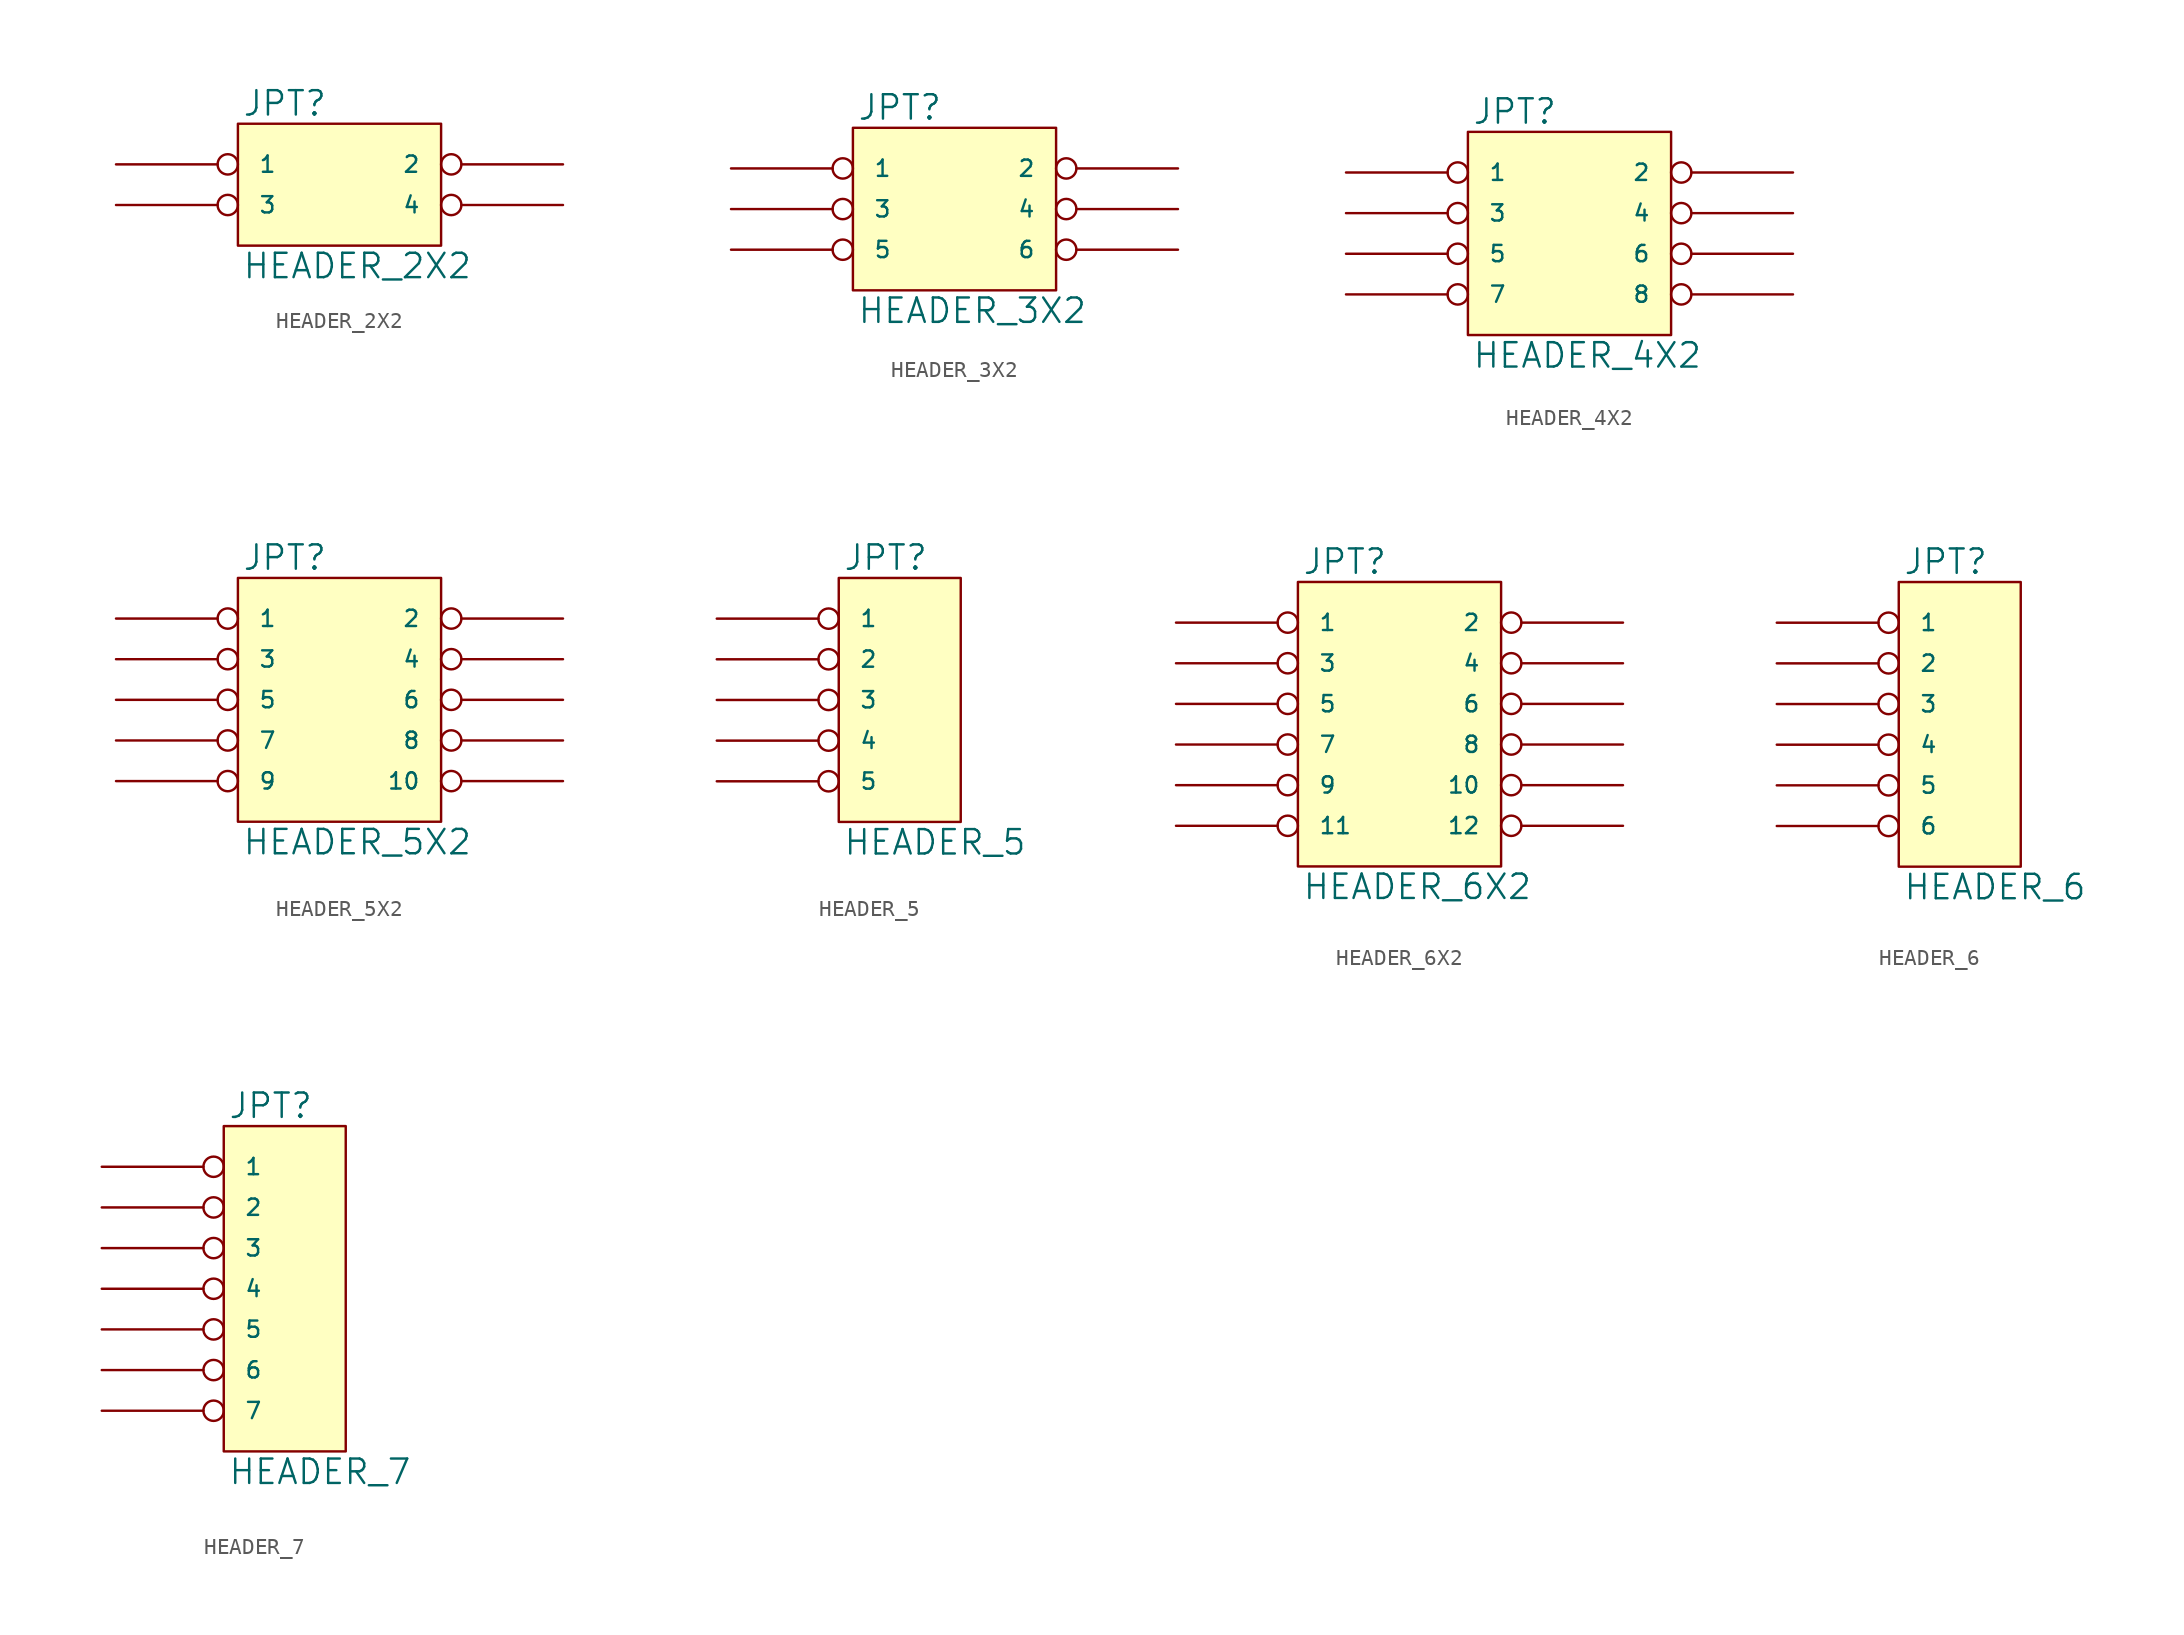
<source format=kicad_sym>
(kicad_symbol_lib
  (version 20231120)
  (generator "kicad_symbol_editor")
  (generator_version "8.0")
  (symbol "HEADER_2X2"
    (pin_names
      (offset 1.27))
    (property "Reference" "JPT"
      (at 0.254 0.381 0)
      (effects (font (size 1.524 1.524)) (justify left bottom)))
    (property "Value" "HEADER_2X2"
      (at 0.254 -8.001 0)
      (effects (font (size 1.524 1.524)) (justify left top)))
    (symbol "HEADER_2X2_0_1"
      (rectangle (start 0 0) (end 12.7 -7.62) (stroke (width 0) (type solid)) (fill (type background))))
    (symbol "HEADER_2X2_1_1"
      (pin passive inverted (at -7.62 -2.54 0) (length 7.62) (name "1" (effects (font (size 1.016 1.016)))) (number "~" (effects (font (size 1.27 1.27)))))
      (pin passive inverted (at 20.32 -2.54 180) (length 7.62) (name "2" (effects (font (size 1.016 1.016)))) (number "~" (effects (font (size 1.27 1.27)))))
      (pin passive inverted (at -7.62 -5.08 0) (length 7.62) (name "3" (effects (font (size 1.016 1.016)))) (number "~" (effects (font (size 1.27 1.27)))))
      (pin passive inverted (at 20.32 -5.08 180) (length 7.62) (name "4" (effects (font (size 1.016 1.016)))) (number "~" (effects (font (size 1.27 1.27)))))))
  (symbol "HEADER_3X2"
    (pin_names
      (offset 1.27))
    (property "Reference" "JPT"
      (at 0.254 0.381 0)
      (effects (font (size 1.524 1.524)) (justify left bottom)))
    (property "Value" "HEADER_3X2"
      (at 0.254 -10.541 0)
      (effects (font (size 1.524 1.524)) (justify left top)))
    (symbol "HEADER_3X2_0_1"
      (rectangle (start 0 0) (end 12.7 -10.16) (stroke (width 0) (type solid)) (fill (type background))))
    (symbol "HEADER_3X2_1_1"
      (pin passive inverted (at -7.62 -2.54 0) (length 7.62) (name "1" (effects (font (size 1.016 1.016)))) (number "~" (effects (font (size 1.27 1.27)))))
      (pin passive inverted (at 20.32 -2.54 180) (length 7.62) (name "2" (effects (font (size 1.016 1.016)))) (number "~" (effects (font (size 1.27 1.27)))))
      (pin passive inverted (at -7.62 -5.08 0) (length 7.62) (name "3" (effects (font (size 1.016 1.016)))) (number "~" (effects (font (size 1.27 1.27)))))
      (pin passive inverted (at 20.32 -5.08 180) (length 7.62) (name "4" (effects (font (size 1.016 1.016)))) (number "~" (effects (font (size 1.27 1.27)))))
      (pin passive inverted (at -7.62 -7.62 0) (length 7.62) (name "5" (effects (font (size 1.016 1.016)))) (number "~" (effects (font (size 1.27 1.27)))))
      (pin passive inverted (at 20.32 -7.62 180) (length 7.62) (name "6" (effects (font (size 1.016 1.016)))) (number "~" (effects (font (size 1.27 1.27)))))))
  (symbol "HEADER_4X2"
    (pin_names
      (offset 1.27))
    (property "Reference" "JPT"
      (at 0.254 0.381 0)
      (effects (font (size 1.524 1.524)) (justify left bottom)))
    (property "Value" "HEADER_4X2"
      (at 0.254 -13.081 0)
      (effects (font (size 1.524 1.524)) (justify left top)))
    (symbol "HEADER_4X2_0_1"
      (rectangle (start 0 0) (end 12.7 -12.7) (stroke (width 0) (type solid)) (fill (type background))))
    (symbol "HEADER_4X2_1_1"
      (pin passive inverted (at -7.62 -2.54 0) (length 7.62) (name "1" (effects (font (size 1.016 1.016)))) (number "~" (effects (font (size 1.27 1.27)))))
      (pin passive inverted (at 20.32 -2.54 180) (length 7.62) (name "2" (effects (font (size 1.016 1.016)))) (number "~" (effects (font (size 1.27 1.27)))))
      (pin passive inverted (at -7.62 -5.08 0) (length 7.62) (name "3" (effects (font (size 1.016 1.016)))) (number "~" (effects (font (size 1.27 1.27)))))
      (pin passive inverted (at 20.32 -5.08 180) (length 7.62) (name "4" (effects (font (size 1.016 1.016)))) (number "~" (effects (font (size 1.27 1.27)))))
      (pin passive inverted (at -7.62 -7.62 0) (length 7.62) (name "5" (effects (font (size 1.016 1.016)))) (number "~" (effects (font (size 1.27 1.27)))))
      (pin passive inverted (at 20.32 -7.62 180) (length 7.62) (name "6" (effects (font (size 1.016 1.016)))) (number "~" (effects (font (size 1.27 1.27)))))
      (pin passive inverted (at -7.62 -10.16 0) (length 7.62) (name "7" (effects (font (size 1.016 1.016)))) (number "~" (effects (font (size 1.27 1.27)))))
      (pin passive inverted (at 20.32 -10.16 180) (length 7.62) (name "8" (effects (font (size 1.016 1.016)))) (number "~" (effects (font (size 1.27 1.27)))))))
  (symbol "HEADER_5X2"
    (pin_names
      (offset 1.27))
    (property "Reference" "JPT"
      (at 0.254 0.381 0)
      (effects (font (size 1.524 1.524)) (justify left bottom)))
    (property "Value" "HEADER_5X2"
      (at 0.254 -15.621 0)
      (effects (font (size 1.524 1.524)) (justify left top)))
    (symbol "HEADER_5X2_0_1"
      (rectangle (start 0 0) (end 12.7 -15.24) (stroke (width 0) (type solid)) (fill (type background))))
    (symbol "HEADER_5X2_1_1"
      (pin passive inverted (at -7.62 -2.54 0) (length 7.62) (name "1" (effects (font (size 1.016 1.016)))) (number "~" (effects (font (size 1.27 1.27)))))
      (pin passive inverted (at 20.32 -12.7 180) (length 7.62) (name "10" (effects (font (size 1.016 1.016)))) (number "~" (effects (font (size 1.27 1.27)))))
      (pin passive inverted (at 20.32 -2.54 180) (length 7.62) (name "2" (effects (font (size 1.016 1.016)))) (number "~" (effects (font (size 1.27 1.27)))))
      (pin passive inverted (at -7.62 -5.08 0) (length 7.62) (name "3" (effects (font (size 1.016 1.016)))) (number "~" (effects (font (size 1.27 1.27)))))
      (pin passive inverted (at 20.32 -5.08 180) (length 7.62) (name "4" (effects (font (size 1.016 1.016)))) (number "~" (effects (font (size 1.27 1.27)))))
      (pin passive inverted (at -7.62 -7.62 0) (length 7.62) (name "5" (effects (font (size 1.016 1.016)))) (number "~" (effects (font (size 1.27 1.27)))))
      (pin passive inverted (at 20.32 -7.62 180) (length 7.62) (name "6" (effects (font (size 1.016 1.016)))) (number "~" (effects (font (size 1.27 1.27)))))
      (pin passive inverted (at -7.62 -10.16 0) (length 7.62) (name "7" (effects (font (size 1.016 1.016)))) (number "~" (effects (font (size 1.27 1.27)))))
      (pin passive inverted (at 20.32 -10.16 180) (length 7.62) (name "8" (effects (font (size 1.016 1.016)))) (number "~" (effects (font (size 1.27 1.27)))))
      (pin passive inverted (at -7.62 -12.7 0) (length 7.62) (name "9" (effects (font (size 1.016 1.016)))) (number "~" (effects (font (size 1.27 1.27)))))))
  (symbol "HEADER_5"
    (pin_names
      (offset 1.27))
    (property "Reference" "JPT"
      (at 0.254 0.381 0)
      (effects (font (size 1.524 1.524)) (justify left bottom)))
    (property "Value" "HEADER_5"
      (at 0.254 -15.621 0)
      (effects (font (size 1.524 1.524)) (justify left top)))
    (symbol "HEADER_5_0_1"
      (rectangle (start 0 0) (end 7.62 -15.24) (stroke (width 0) (type solid)) (fill (type background))))
    (symbol "HEADER_5_1_1"
      (pin passive inverted (at -7.62 -2.54 0) (length 7.62) (name "1" (effects (font (size 1.016 1.016)))) (number "~" (effects (font (size 1.27 1.27)))))
      (pin passive inverted (at -7.62 -5.08 0) (length 7.62) (name "2" (effects (font (size 1.016 1.016)))) (number "~" (effects (font (size 1.27 1.27)))))
      (pin passive inverted (at -7.62 -7.62 0) (length 7.62) (name "3" (effects (font (size 1.016 1.016)))) (number "~" (effects (font (size 1.27 1.27)))))
      (pin passive inverted (at -7.62 -10.16 0) (length 7.62) (name "4" (effects (font (size 1.016 1.016)))) (number "~" (effects (font (size 1.27 1.27)))))
      (pin passive inverted (at -7.62 -12.7 0) (length 7.62) (name "5" (effects (font (size 1.016 1.016)))) (number "~" (effects (font (size 1.27 1.27)))))))
  (symbol "HEADER_6X2"
    (pin_names
      (offset 1.27))
    (property "Reference" "JPT"
      (at 0.254 0.381 0)
      (effects (font (size 1.524 1.524)) (justify left bottom)))
    (property "Value" "HEADER_6X2"
      (at 0.254 -18.161 0)
      (effects (font (size 1.524 1.524)) (justify left top)))
    (symbol "HEADER_6X2_0_1"
      (rectangle (start 0 0) (end 12.7 -17.78) (stroke (width 0) (type solid)) (fill (type background))))
    (symbol "HEADER_6X2_1_1"
      (pin passive inverted (at -7.62 -2.54 0) (length 7.62) (name "1" (effects (font (size 1.016 1.016)))) (number "~" (effects (font (size 1.27 1.27)))))
      (pin passive inverted (at 20.32 -12.7 180) (length 7.62) (name "10" (effects (font (size 1.016 1.016)))) (number "~" (effects (font (size 1.27 1.27)))))
      (pin passive inverted (at -7.62 -15.24 0) (length 7.62) (name "11" (effects (font (size 1.016 1.016)))) (number "~" (effects (font (size 1.27 1.27)))))
      (pin passive inverted (at 20.32 -15.24 180) (length 7.62) (name "12" (effects (font (size 1.016 1.016)))) (number "~" (effects (font (size 1.27 1.27)))))
      (pin passive inverted (at 20.32 -2.54 180) (length 7.62) (name "2" (effects (font (size 1.016 1.016)))) (number "~" (effects (font (size 1.27 1.27)))))
      (pin passive inverted (at -7.62 -5.08 0) (length 7.62) (name "3" (effects (font (size 1.016 1.016)))) (number "~" (effects (font (size 1.27 1.27)))))
      (pin passive inverted (at 20.32 -5.08 180) (length 7.62) (name "4" (effects (font (size 1.016 1.016)))) (number "~" (effects (font (size 1.27 1.27)))))
      (pin passive inverted (at -7.62 -7.62 0) (length 7.62) (name "5" (effects (font (size 1.016 1.016)))) (number "~" (effects (font (size 1.27 1.27)))))
      (pin passive inverted (at 20.32 -7.62 180) (length 7.62) (name "6" (effects (font (size 1.016 1.016)))) (number "~" (effects (font (size 1.27 1.27)))))
      (pin passive inverted (at -7.62 -10.16 0) (length 7.62) (name "7" (effects (font (size 1.016 1.016)))) (number "~" (effects (font (size 1.27 1.27)))))
      (pin passive inverted (at 20.32 -10.16 180) (length 7.62) (name "8" (effects (font (size 1.016 1.016)))) (number "~" (effects (font (size 1.27 1.27)))))
      (pin passive inverted (at -7.62 -12.7 0) (length 7.62) (name "9" (effects (font (size 1.016 1.016)))) (number "~" (effects (font (size 1.27 1.27)))))))
  (symbol "HEADER_6"
    (pin_names
      (offset 1.27))
    (property "Reference" "JPT"
      (at 0.254 0.381 0)
      (effects (font (size 1.524 1.524)) (justify left bottom)))
    (property "Value" "HEADER_6"
      (at 0.254 -18.161 0)
      (effects (font (size 1.524 1.524)) (justify left top)))
    (symbol "HEADER_6_0_1"
      (rectangle (start 0 0) (end 7.62 -17.78) (stroke (width 0) (type solid)) (fill (type background))))
    (symbol "HEADER_6_1_1"
      (pin passive inverted (at -7.62 -2.54 0) (length 7.62) (name "1" (effects (font (size 1.016 1.016)))) (number "~" (effects (font (size 1.27 1.27)))))
      (pin passive inverted (at -7.62 -5.08 0) (length 7.62) (name "2" (effects (font (size 1.016 1.016)))) (number "~" (effects (font (size 1.27 1.27)))))
      (pin passive inverted (at -7.62 -7.62 0) (length 7.62) (name "3" (effects (font (size 1.016 1.016)))) (number "~" (effects (font (size 1.27 1.27)))))
      (pin passive inverted (at -7.62 -10.16 0) (length 7.62) (name "4" (effects (font (size 1.016 1.016)))) (number "~" (effects (font (size 1.27 1.27)))))
      (pin passive inverted (at -7.62 -12.7 0) (length 7.62) (name "5" (effects (font (size 1.016 1.016)))) (number "~" (effects (font (size 1.27 1.27)))))
      (pin passive inverted (at -7.62 -15.24 0) (length 7.62) (name "6" (effects (font (size 1.016 1.016)))) (number "~" (effects (font (size 1.27 1.27)))))))
  (symbol "HEADER_7"
    (pin_names
      (offset 1.27))
    (property "Reference" "JPT"
      (at 0.254 0.381 0)
      (effects (font (size 1.524 1.524)) (justify left bottom)))
    (property "Value" "HEADER_7"
      (at 0.254 -20.701 0)
      (effects (font (size 1.524 1.524)) (justify left top)))
    (symbol "HEADER_7_0_1"
      (rectangle (start 0 0) (end 7.62 -20.32) (stroke (width 0) (type solid)) (fill (type background))))
    (symbol "HEADER_7_1_1"
      (pin passive inverted (at -7.62 -2.54 0) (length 7.62) (name "1" (effects (font (size 1.016 1.016)))) (number "~" (effects (font (size 1.27 1.27)))))
      (pin passive inverted (at -7.62 -5.08 0) (length 7.62) (name "2" (effects (font (size 1.016 1.016)))) (number "~" (effects (font (size 1.27 1.27)))))
      (pin passive inverted (at -7.62 -7.62 0) (length 7.62) (name "3" (effects (font (size 1.016 1.016)))) (number "~" (effects (font (size 1.27 1.27)))))
      (pin passive inverted (at -7.62 -10.16 0) (length 7.62) (name "4" (effects (font (size 1.016 1.016)))) (number "~" (effects (font (size 1.27 1.27)))))
      (pin passive inverted (at -7.62 -12.7 0) (length 7.62) (name "5" (effects (font (size 1.016 1.016)))) (number "~" (effects (font (size 1.27 1.27)))))
      (pin passive inverted (at -7.62 -15.24 0) (length 7.62) (name "6" (effects (font (size 1.016 1.016)))) (number "~" (effects (font (size 1.27 1.27)))))
      (pin passive inverted (at -7.62 -17.78 0) (length 7.62) (name "7" (effects (font (size 1.016 1.016)))) (number "~" (effects (font (size 1.27 1.27))))))))
</source>
